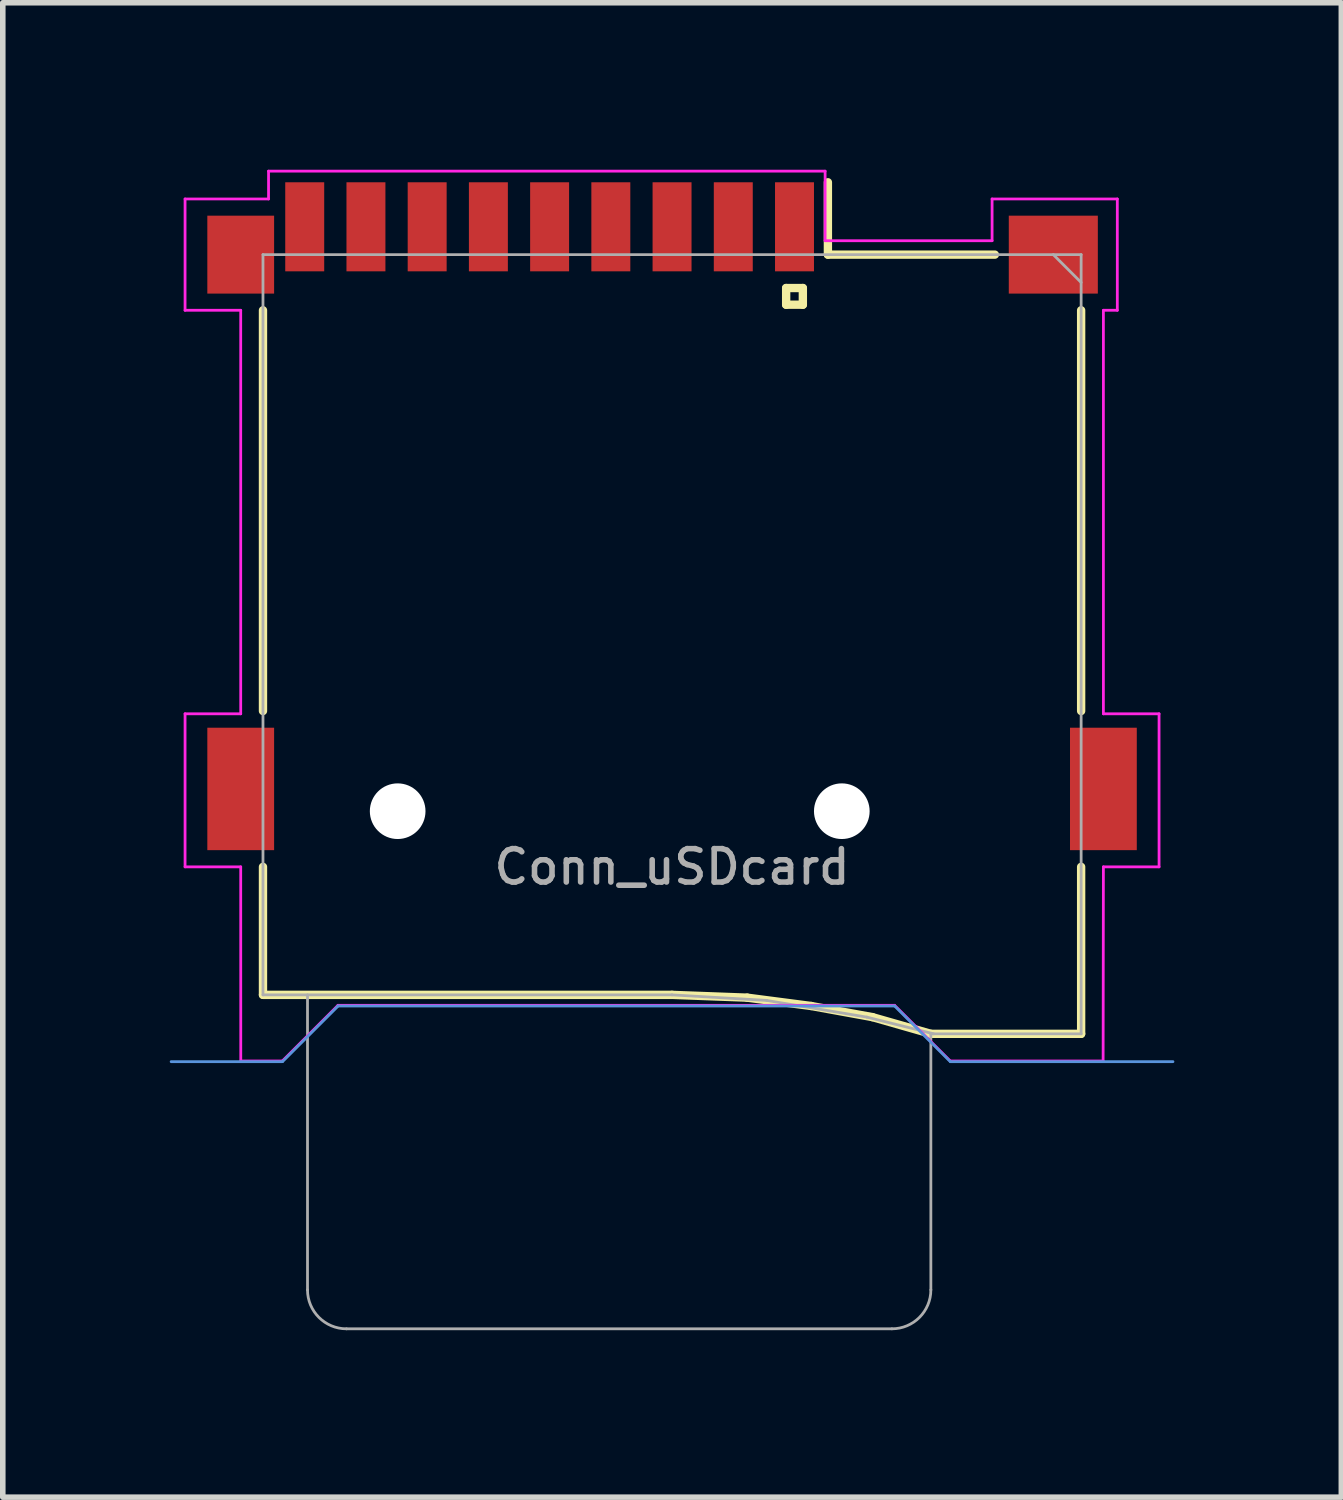
<source format=kicad_pcb>
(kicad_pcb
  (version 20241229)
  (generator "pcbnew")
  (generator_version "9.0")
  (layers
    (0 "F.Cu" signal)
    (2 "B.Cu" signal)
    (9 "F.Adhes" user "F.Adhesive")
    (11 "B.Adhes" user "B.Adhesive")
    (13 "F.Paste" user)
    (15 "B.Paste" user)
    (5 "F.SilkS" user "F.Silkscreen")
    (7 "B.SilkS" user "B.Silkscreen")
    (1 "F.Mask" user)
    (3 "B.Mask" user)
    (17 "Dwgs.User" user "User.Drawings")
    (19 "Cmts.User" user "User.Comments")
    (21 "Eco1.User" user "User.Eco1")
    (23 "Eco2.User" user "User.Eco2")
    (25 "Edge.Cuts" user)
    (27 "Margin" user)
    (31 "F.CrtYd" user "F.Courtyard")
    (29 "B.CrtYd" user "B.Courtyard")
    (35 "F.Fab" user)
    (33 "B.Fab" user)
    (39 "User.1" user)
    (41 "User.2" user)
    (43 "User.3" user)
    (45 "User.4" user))
  (footprint "Conn_uSDcard"
    (layer "F.Cu")
    (at 9.025 11.525)
    (property "Reference" "Conn_uSDcard" (at 0 1 180) (layer "F.Fab") (effects (font (size 0.6 0.6) (thickness 0.1))))
    (attr through_hole)
    (fp_line (start -7.35 -1.8) (end -7.35 -9) (stroke (width 0.15) (type solid)) (layer "F.SilkS"))
    (fp_line (start -7.35 1) (end -7.35 3.3) (stroke (width 0.15) (type solid)) (layer "F.SilkS"))
    (fp_line (start -7.35 3.3) (end 0 3.3) (stroke (width 0.15) (type solid)) (layer "F.SilkS"))
    (fp_line (start 0 3.3) (end 1.35 3.35) (stroke (width 0.15) (type solid)) (layer "F.SilkS"))
    (fp_line (start 1.35 3.35) (end 2.5 3.5) (stroke (width 0.15) (type solid)) (layer "F.SilkS"))
    (fp_line (start 2.05 -9.4) (end 2.05 -9.1) (stroke (width 0.15) (type solid)) (layer "F.SilkS"))
    (fp_line (start 2.05 -9.1) (end 2.35 -9.1) (stroke (width 0.15) (type solid)) (layer "F.SilkS"))
    (fp_line (start 2.35 -9.4) (end 2.05 -9.4) (stroke (width 0.15) (type solid)) (layer "F.SilkS"))
    (fp_line (start 2.35 -9.1) (end 2.35 -9.4) (stroke (width 0.15) (type solid)) (layer "F.SilkS"))
    (fp_line (start 2.5 3.5) (end 3.6 3.7) (stroke (width 0.15) (type solid)) (layer "F.SilkS"))
    (fp_line (start 2.8 -10) (end 2.8 -11.3) (stroke (width 0.15) (type solid)) (layer "F.SilkS"))
    (fp_line (start 2.8 -10) (end 5.8 -10) (stroke (width 0.15) (type solid)) (layer "F.SilkS"))
    (fp_line (start 3.6 3.7) (end 4.65 4) (stroke (width 0.15) (type solid)) (layer "F.SilkS"))
    (fp_line (start 4.65 4) (end 7.35 4) (stroke (width 0.15) (type solid)) (layer "F.SilkS"))
    (fp_line (start 7.35 -9) (end 7.35 -1.8) (stroke (width 0.15) (type solid)) (layer "F.SilkS"))
    (fp_line (start 7.35 4) (end 7.35 1) (stroke (width 0.15) (type solid)) (layer "F.SilkS"))
    (fp_line (start -9 4.5) (end -7 4.5) (stroke (width 0.05) (type solid)) (layer "Cmts.User"))
    (fp_line (start -7 4.5) (end -6 3.5) (stroke (width 0.05) (type solid)) (layer "Cmts.User"))
    (fp_line (start -6 3.5) (end 4 3.5) (stroke (width 0.05) (type solid)) (layer "Cmts.User"))
    (fp_line (start 4 3.5) (end 5 4.5) (stroke (width 0.05) (type solid)) (layer "Cmts.User"))
    (fp_line (start 5 4.5) (end 9 4.5) (stroke (width 0.05) (type solid)) (layer "Cmts.User"))
    (fp_line (start -8.75 -11) (end -7.25 -11) (stroke (width 0.05) (type solid)) (layer "F.CrtYd"))
    (fp_line (start -8.75 -9) (end -8.75 -11) (stroke (width 0.05) (type solid)) (layer "F.CrtYd"))
    (fp_line (start -8.75 -1.75) (end -7.75 -1.75) (stroke (width 0.05) (type solid)) (layer "F.CrtYd"))
    (fp_line (start -8.75 1) (end -8.75 -1.75) (stroke (width 0.05) (type solid)) (layer "F.CrtYd"))
    (fp_line (start -7.75 -9) (end -8.75 -9) (stroke (width 0.05) (type solid)) (layer "F.CrtYd"))
    (fp_line (start -7.75 -1.75) (end -7.75 -9) (stroke (width 0.05) (type solid)) (layer "F.CrtYd"))
    (fp_line (start -7.75 1) (end -8.75 1) (stroke (width 0.05) (type solid)) (layer "F.CrtYd"))
    (fp_line (start -7.749 4.488) (end -7.75 1) (stroke (width 0.05) (type solid)) (layer "F.CrtYd"))
    (fp_line (start -7.749 4.488) (end -7.002 4.488) (stroke (width 0.05) (type solid)) (layer "F.CrtYd"))
    (fp_line (start -7.25 -11.5) (end 2.75 -11.5) (stroke (width 0.05) (type solid)) (layer "F.CrtYd"))
    (fp_line (start -7.25 -11) (end -7.25 -11.5) (stroke (width 0.05) (type solid)) (layer "F.CrtYd"))
    (fp_line (start -7.002 4.488) (end -6.002 3.488) (stroke (width 0.05) (type solid)) (layer "F.CrtYd"))
    (fp_line (start -6.002 3.488) (end 3.998 3.488) (stroke (width 0.05) (type solid)) (layer "F.CrtYd"))
    (fp_line (start 2.75 -11.5) (end 2.75 -10.25) (stroke (width 0.05) (type solid)) (layer "F.CrtYd"))
    (fp_line (start 2.75 -10.25) (end 5.75 -10.25) (stroke (width 0.05) (type solid)) (layer "F.CrtYd"))
    (fp_line (start 3.998 3.488) (end 4.998 4.488) (stroke (width 0.05) (type solid)) (layer "F.CrtYd"))
    (fp_line (start 4.998 4.488) (end 7.745 4.488) (stroke (width 0.05) (type solid)) (layer "F.CrtYd"))
    (fp_line (start 5.75 -11) (end 8 -11) (stroke (width 0.05) (type solid)) (layer "F.CrtYd"))
    (fp_line (start 5.75 -10.25) (end 5.75 -11) (stroke (width 0.05) (type solid)) (layer "F.CrtYd"))
    (fp_line (start 7.75 -9) (end 7.75 -1.75) (stroke (width 0.05) (type solid)) (layer "F.CrtYd"))
    (fp_line (start 7.75 -1.75) (end 8.75 -1.75) (stroke (width 0.05) (type solid)) (layer "F.CrtYd"))
    (fp_line (start 7.75 1) (end 7.745 4.488) (stroke (width 0.05) (type solid)) (layer "F.CrtYd"))
    (fp_line (start 8 -11) (end 8 -9) (stroke (width 0.05) (type solid)) (layer "F.CrtYd"))
    (fp_line (start 8 -9) (end 7.75 -9) (stroke (width 0.05) (type solid)) (layer "F.CrtYd"))
    (fp_line (start 8.75 -1.75) (end 8.75 1) (stroke (width 0.05) (type solid)) (layer "F.CrtYd"))
    (fp_line (start 8.75 1) (end 7.75 1) (stroke (width 0.05) (type solid)) (layer "F.CrtYd"))
    (fp_line (start -7.35 -10) (end -7.35 3.3) (stroke (width 0.05) (type solid)) (layer "F.Fab"))
    (fp_line (start -7.35 -10) (end 7.35 -10) (stroke (width 0.05) (type solid)) (layer "F.Fab"))
    (fp_line (start -7.35 3.3) (end 0 3.3) (stroke (width 0.05) (type solid)) (layer "F.Fab"))
    (fp_line (start -6.55 8.6) (end -6.55 3.3) (stroke (width 0.05) (type solid)) (layer "F.Fab"))
    (fp_line (start -5.85 9.3) (end 3.95 9.3) (stroke (width 0.05) (type solid)) (layer "F.Fab"))
    (fp_line (start 0 3.3) (end 1.7 3.4) (stroke (width 0.05) (type solid)) (layer "F.Fab"))
    (fp_line (start 1.7 3.4) (end 3.5 3.7) (stroke (width 0.05) (type solid)) (layer "F.Fab"))
    (fp_line (start 3.5 3.7) (end 4.7 4) (stroke (width 0.05) (type solid)) (layer "F.Fab"))
    (fp_line (start 4.65 4) (end 7.35 4) (stroke (width 0.05) (type solid)) (layer "F.Fab"))
    (fp_line (start 4.65 8.6) (end 4.65 4) (stroke (width 0.05) (type solid)) (layer "F.Fab"))
    (fp_line (start 7.35 -10) (end 7.35 4) (stroke (width 0.05) (type solid)) (layer "F.Fab"))
    (fp_line (start 7.35 -9.5) (end 6.85 -10) (stroke (width 0.05) (type solid)) (layer "F.Fab"))
    (fp_arc (start -5.85 9.3) (mid -6.344975 9.094975) (end -6.55 8.6) (stroke (width 0.05) (type solid)) (layer "F.Fab"))
    (fp_arc (start 4.65 8.6) (mid 4.444975 9.094975) (end 3.95 9.3) (stroke (width 0.05) (type solid)) (layer "F.Fab"))
    (fp_text user "${REFERENCE}" (at 2.1 -9.35 180) (layer "Eco1.User") (effects (font (size 0.3 0.3) (thickness 0.03))))
    (pad "" np_thru_hole circle (at -4.93 0) (size 1 1) (drill 1) (layers "*.Cu"))
    (pad "" np_thru_hole circle (at 3.05 0) (size 1 1) (drill 1) (layers "*.Cu"))
    (pad "1" smd rect (at 2.2 -10.5) (size 0.7 1.6) (layers "F.Cu" "F.Mask" "F.Paste"))
    (pad "2" smd rect (at 1.1 -10.5) (size 0.7 1.6) (layers "F.Cu" "F.Mask" "F.Paste"))
    (pad "3" smd rect (at 0 -10.5) (size 0.7 1.6) (layers "F.Cu" "F.Mask" "F.Paste"))
    (pad "4" smd rect (at -1.1 -10.5) (size 0.7 1.6) (layers "F.Cu" "F.Mask" "F.Paste"))
    (pad "5" smd rect (at -2.2 -10.5) (size 0.7 1.6) (layers "F.Cu" "F.Mask" "F.Paste"))
    (pad "6" smd rect (at -7.75 -10) (size 1.2 1.4) (layers "F.Cu" "F.Mask" "F.Paste"))
    (pad "6" smd rect (at -7.75 -0.4) (size 1.2 2.2) (layers "F.Cu" "F.Mask" "F.Paste"))
    (pad "6" smd rect (at -3.3 -10.5) (size 0.7 1.6) (layers "F.Cu" "F.Mask" "F.Paste"))
    (pad "6" smd rect (at 6.85 -10) (size 1.6 1.4) (layers "F.Cu" "F.Mask" "F.Paste"))
    (pad "6" smd rect (at 7.75 -0.4) (size 1.2 2.2) (layers "F.Cu" "F.Mask" "F.Paste"))
    (pad "7" smd rect (at -4.4 -10.5) (size 0.7 1.6) (layers "F.Cu" "F.Mask" "F.Paste"))
    (pad "8" smd rect (at -5.5 -10.5) (size 0.7 1.6) (layers "F.Cu" "F.Mask" "F.Paste"))
    (pad "9" smd rect (at -6.6 -10.5) (size 0.7 1.6) (layers "F.Cu" "F.Mask" "F.Paste")))
  (gr_rect
    (start -3 -3)
    (end 21.05 23.85)
    (stroke (width 0.1) (type default))
    (fill no)
    (layer "Edge.Cuts")))
</source>
